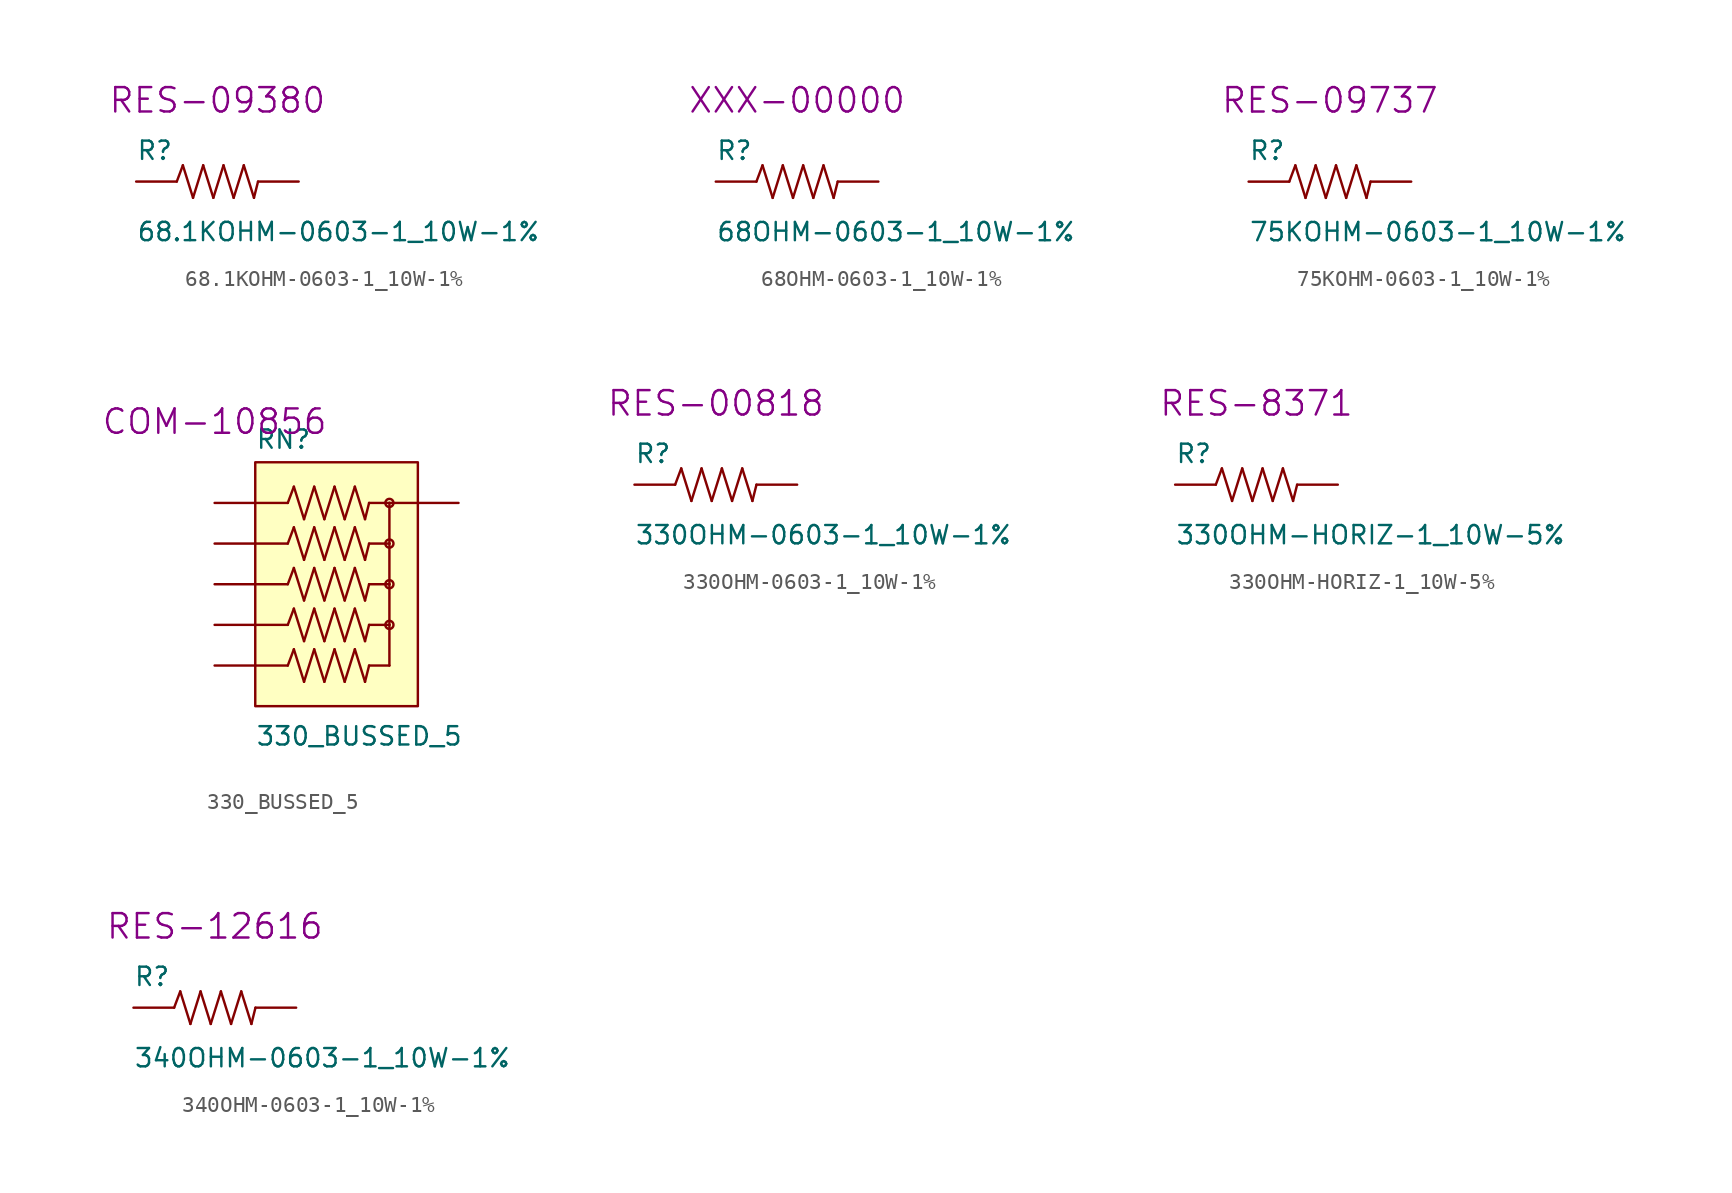
<source format=kicad_sym>
(kicad_symbol_lib
  (version 20220914)
  (generator kicad_symbol_editor)
  (symbol "68.1KOHM-0603-1_10W-1%"
    (pin_numbers hide)
    (pin_names
      (offset 1.016) hide)
    (property "Reference" "R"
      (at -5.08 1.27 0)
      (effects (font (size 1.143 1.143)) (justify left bottom)))
    (property "Value" "68.1KOHM-0603-1_10W-1%"
      (at -5.08 -3.81 0)
      (effects (font (size 1.143 1.143)) (justify left bottom)))
    (property "Field4" "RES-09380"
      (at 0 5.08 0)
      (effects (font (size 1.524 1.524))))
    (property "ki_locked" ""
      (at 0 0 0)
      (effects (font (size 1.27 1.27))))
    (symbol "68.1KOHM-0603-1_10W-1%_1_0"
      (polyline (pts (xy -2.54 0) (xy -2.159 1.016)) (stroke (width 0) (type solid)) (fill (type none)))
      (polyline (pts (xy -2.159 1.016) (xy -1.524 -1.016)) (stroke (width 0) (type solid)) (fill (type none)))
      (polyline (pts (xy -1.524 -1.016) (xy -0.889 1.016)) (stroke (width 0) (type solid)) (fill (type none)))
      (polyline (pts (xy -0.889 1.016) (xy -0.254 -1.016)) (stroke (width 0) (type solid)) (fill (type none)))
      (polyline (pts (xy -0.254 -1.016) (xy 0.381 1.016)) (stroke (width 0) (type solid)) (fill (type none)))
      (polyline (pts (xy 0.381 1.016) (xy 1.016 -1.016)) (stroke (width 0) (type solid)) (fill (type none)))
      (polyline (pts (xy 1.016 -1.016) (xy 1.651 1.016)) (stroke (width 0) (type solid)) (fill (type none)))
      (polyline (pts (xy 1.651 1.016) (xy 2.286 -1.016)) (stroke (width 0) (type solid)) (fill (type none)))
      (polyline (pts (xy 2.286 -1.016) (xy 2.54 0)) (stroke (width 0) (type solid)) (fill (type none))))
    (symbol "68.1KOHM-0603-1_10W-1%_1_1"
      (pin passive line (at -5.08 0 0) (length 2.54) (name "1" (effects (font (size 1.016 1.016)))) (number "1" (effects (font (size 1.016 1.016)))))
      (pin passive line (at 5.08 0 180) (length 2.54) (name "2" (effects (font (size 1.016 1.016)))) (number "2" (effects (font (size 1.016 1.016)))))))
  (symbol "68OHM-0603-1_10W-1%"
    (pin_numbers hide)
    (pin_names
      (offset 1.016) hide)
    (property "Reference" "R"
      (at -5.08 1.27 0)
      (effects (font (size 1.143 1.143)) (justify left bottom)))
    (property "Value" "68OHM-0603-1_10W-1%"
      (at -5.08 -3.81 0)
      (effects (font (size 1.143 1.143)) (justify left bottom)))
    (property "Field4" "XXX-00000"
      (at 0 5.08 0)
      (effects (font (size 1.524 1.524))))
    (property "ki_locked" ""
      (at 0 0 0)
      (effects (font (size 1.27 1.27))))
    (symbol "68OHM-0603-1_10W-1%_1_0"
      (polyline (pts (xy -2.54 0) (xy -2.159 1.016)) (stroke (width 0) (type solid)) (fill (type none)))
      (polyline (pts (xy -2.159 1.016) (xy -1.524 -1.016)) (stroke (width 0) (type solid)) (fill (type none)))
      (polyline (pts (xy -1.524 -1.016) (xy -0.889 1.016)) (stroke (width 0) (type solid)) (fill (type none)))
      (polyline (pts (xy -0.889 1.016) (xy -0.254 -1.016)) (stroke (width 0) (type solid)) (fill (type none)))
      (polyline (pts (xy -0.254 -1.016) (xy 0.381 1.016)) (stroke (width 0) (type solid)) (fill (type none)))
      (polyline (pts (xy 0.381 1.016) (xy 1.016 -1.016)) (stroke (width 0) (type solid)) (fill (type none)))
      (polyline (pts (xy 1.016 -1.016) (xy 1.651 1.016)) (stroke (width 0) (type solid)) (fill (type none)))
      (polyline (pts (xy 1.651 1.016) (xy 2.286 -1.016)) (stroke (width 0) (type solid)) (fill (type none)))
      (polyline (pts (xy 2.286 -1.016) (xy 2.54 0)) (stroke (width 0) (type solid)) (fill (type none))))
    (symbol "68OHM-0603-1_10W-1%_1_1"
      (pin passive line (at -5.08 0 0) (length 2.54) (name "1" (effects (font (size 1.016 1.016)))) (number "1" (effects (font (size 1.016 1.016)))))
      (pin passive line (at 5.08 0 180) (length 2.54) (name "2" (effects (font (size 1.016 1.016)))) (number "2" (effects (font (size 1.016 1.016)))))))
  (symbol "75KOHM-0603-1_10W-1%"
    (pin_numbers hide)
    (pin_names
      (offset 1.016) hide)
    (property "Reference" "R"
      (at -5.08 1.27 0)
      (effects (font (size 1.143 1.143)) (justify left bottom)))
    (property "Value" "75KOHM-0603-1_10W-1%"
      (at -5.08 -3.81 0)
      (effects (font (size 1.143 1.143)) (justify left bottom)))
    (property "Field4" "RES-09737"
      (at 0 5.08 0)
      (effects (font (size 1.524 1.524))))
    (property "ki_locked" ""
      (at 0 0 0)
      (effects (font (size 1.27 1.27))))
    (symbol "75KOHM-0603-1_10W-1%_1_0"
      (polyline (pts (xy -2.54 0) (xy -2.159 1.016)) (stroke (width 0) (type solid)) (fill (type none)))
      (polyline (pts (xy -2.159 1.016) (xy -1.524 -1.016)) (stroke (width 0) (type solid)) (fill (type none)))
      (polyline (pts (xy -1.524 -1.016) (xy -0.889 1.016)) (stroke (width 0) (type solid)) (fill (type none)))
      (polyline (pts (xy -0.889 1.016) (xy -0.254 -1.016)) (stroke (width 0) (type solid)) (fill (type none)))
      (polyline (pts (xy -0.254 -1.016) (xy 0.381 1.016)) (stroke (width 0) (type solid)) (fill (type none)))
      (polyline (pts (xy 0.381 1.016) (xy 1.016 -1.016)) (stroke (width 0) (type solid)) (fill (type none)))
      (polyline (pts (xy 1.016 -1.016) (xy 1.651 1.016)) (stroke (width 0) (type solid)) (fill (type none)))
      (polyline (pts (xy 1.651 1.016) (xy 2.286 -1.016)) (stroke (width 0) (type solid)) (fill (type none)))
      (polyline (pts (xy 2.286 -1.016) (xy 2.54 0)) (stroke (width 0) (type solid)) (fill (type none))))
    (symbol "75KOHM-0603-1_10W-1%_1_1"
      (pin passive line (at -5.08 0 0) (length 2.54) (name "1" (effects (font (size 1.016 1.016)))) (number "1" (effects (font (size 1.016 1.016)))))
      (pin passive line (at 5.08 0 180) (length 2.54) (name "2" (effects (font (size 1.016 1.016)))) (number "2" (effects (font (size 1.016 1.016)))))))
  (symbol "330_BUSSED_5"
    (pin_numbers hide)
    (pin_names
      (offset 1.016) hide)
    (property "Reference" "RN"
      (at 2.54 3.302 0)
      (effects (font (size 1.143 1.143)) (justify left bottom)))
    (property "Value" "330_BUSSED_5"
      (at 2.54 -15.24 0)
      (effects (font (size 1.143 1.143)) (justify left bottom)))
    (property "Field4" "COM-10856"
      (at 0 5.08 0)
      (effects (font (size 1.524 1.524))))
    (property "ki_locked" ""
      (at 0 0 0)
      (effects (font (size 1.27 1.27))))
    (symbol "330_BUSSED_5_1_0"
      (polyline (pts (xy 2.54 -10.16) (xy 4.572 -10.16)) (stroke (width 0) (type solid)) (fill (type none)))
      (polyline (pts (xy 2.54 -5.08) (xy 4.572 -5.08)) (stroke (width 0) (type solid)) (fill (type none)))
      (polyline (pts (xy 2.54 -2.54) (xy 4.572 -2.54)) (stroke (width 0) (type solid)) (fill (type none)))
      (polyline (pts (xy 2.54 0) (xy 4.572 0)) (stroke (width 0) (type solid)) (fill (type none)))
      (polyline (pts (xy 4.572 -10.16) (xy 4.953 -9.144)) (stroke (width 0) (type solid)) (fill (type none)))
      (polyline (pts (xy 4.572 -7.62) (xy 2.54 -7.62)) (stroke (width 0) (type solid)) (fill (type none)))
      (polyline (pts (xy 4.572 -7.62) (xy 4.953 -6.604)) (stroke (width 0) (type solid)) (fill (type none)))
      (polyline (pts (xy 4.572 -5.08) (xy 4.953 -4.064)) (stroke (width 0) (type solid)) (fill (type none)))
      (polyline (pts (xy 4.572 -2.54) (xy 4.953 -1.524)) (stroke (width 0) (type solid)) (fill (type none)))
      (polyline (pts (xy 4.572 0) (xy 4.953 1.016)) (stroke (width 0) (type solid)) (fill (type none)))
      (polyline (pts (xy 4.953 -9.144) (xy 5.588 -11.176)) (stroke (width 0) (type solid)) (fill (type none)))
      (polyline (pts (xy 4.953 -6.604) (xy 5.588 -8.636)) (stroke (width 0) (type solid)) (fill (type none)))
      (polyline (pts (xy 4.953 -4.064) (xy 5.588 -6.096)) (stroke (width 0) (type solid)) (fill (type none)))
      (polyline (pts (xy 4.953 -1.524) (xy 5.588 -3.556)) (stroke (width 0) (type solid)) (fill (type none)))
      (polyline (pts (xy 4.953 1.016) (xy 5.588 -1.016)) (stroke (width 0) (type solid)) (fill (type none)))
      (polyline (pts (xy 5.588 -11.176) (xy 6.223 -9.144)) (stroke (width 0) (type solid)) (fill (type none)))
      (polyline (pts (xy 5.588 -8.636) (xy 6.223 -6.604)) (stroke (width 0) (type solid)) (fill (type none)))
      (polyline (pts (xy 5.588 -6.096) (xy 6.223 -4.064)) (stroke (width 0) (type solid)) (fill (type none)))
      (polyline (pts (xy 5.588 -3.556) (xy 6.223 -1.524)) (stroke (width 0) (type solid)) (fill (type none)))
      (polyline (pts (xy 5.588 -1.016) (xy 6.223 1.016)) (stroke (width 0) (type solid)) (fill (type none)))
      (polyline (pts (xy 6.223 -9.144) (xy 6.858 -11.176)) (stroke (width 0) (type solid)) (fill (type none)))
      (polyline (pts (xy 6.223 -6.604) (xy 6.858 -8.636)) (stroke (width 0) (type solid)) (fill (type none)))
      (polyline (pts (xy 6.223 -4.064) (xy 6.858 -6.096)) (stroke (width 0) (type solid)) (fill (type none)))
      (polyline (pts (xy 6.223 -1.524) (xy 6.858 -3.556)) (stroke (width 0) (type solid)) (fill (type none)))
      (polyline (pts (xy 6.223 1.016) (xy 6.858 -1.016)) (stroke (width 0) (type solid)) (fill (type none)))
      (polyline (pts (xy 6.858 -11.176) (xy 7.493 -9.144)) (stroke (width 0) (type solid)) (fill (type none)))
      (polyline (pts (xy 6.858 -8.636) (xy 7.493 -6.604)) (stroke (width 0) (type solid)) (fill (type none)))
      (polyline (pts (xy 6.858 -6.096) (xy 7.493 -4.064)) (stroke (width 0) (type solid)) (fill (type none)))
      (polyline (pts (xy 6.858 -3.556) (xy 7.493 -1.524)) (stroke (width 0) (type solid)) (fill (type none)))
      (polyline (pts (xy 6.858 -1.016) (xy 7.493 1.016)) (stroke (width 0) (type solid)) (fill (type none)))
      (polyline (pts (xy 7.493 -9.144) (xy 8.128 -11.176)) (stroke (width 0) (type solid)) (fill (type none)))
      (polyline (pts (xy 7.493 -6.604) (xy 8.128 -8.636)) (stroke (width 0) (type solid)) (fill (type none)))
      (polyline (pts (xy 7.493 -4.064) (xy 8.128 -6.096)) (stroke (width 0) (type solid)) (fill (type none)))
      (polyline (pts (xy 7.493 -1.524) (xy 8.128 -3.556)) (stroke (width 0) (type solid)) (fill (type none)))
      (polyline (pts (xy 7.493 1.016) (xy 8.128 -1.016)) (stroke (width 0) (type solid)) (fill (type none)))
      (polyline (pts (xy 8.128 -11.176) (xy 8.763 -9.144)) (stroke (width 0) (type solid)) (fill (type none)))
      (polyline (pts (xy 8.128 -8.636) (xy 8.763 -6.604)) (stroke (width 0) (type solid)) (fill (type none)))
      (polyline (pts (xy 8.128 -6.096) (xy 8.763 -4.064)) (stroke (width 0) (type solid)) (fill (type none)))
      (polyline (pts (xy 8.128 -3.556) (xy 8.763 -1.524)) (stroke (width 0) (type solid)) (fill (type none)))
      (polyline (pts (xy 8.128 -1.016) (xy 8.763 1.016)) (stroke (width 0) (type solid)) (fill (type none)))
      (polyline (pts (xy 8.763 -9.144) (xy 9.398 -11.176)) (stroke (width 0) (type solid)) (fill (type none)))
      (polyline (pts (xy 8.763 -6.604) (xy 9.398 -8.636)) (stroke (width 0) (type solid)) (fill (type none)))
      (polyline (pts (xy 8.763 -4.064) (xy 9.398 -6.096)) (stroke (width 0) (type solid)) (fill (type none)))
      (polyline (pts (xy 8.763 -1.524) (xy 9.398 -3.556)) (stroke (width 0) (type solid)) (fill (type none)))
      (polyline (pts (xy 8.763 1.016) (xy 9.398 -1.016)) (stroke (width 0) (type solid)) (fill (type none)))
      (polyline (pts (xy 9.398 -11.176) (xy 9.652 -10.16)) (stroke (width 0) (type solid)) (fill (type none)))
      (polyline (pts (xy 9.398 -8.636) (xy 9.652 -7.62)) (stroke (width 0) (type solid)) (fill (type none)))
      (polyline (pts (xy 9.398 -6.096) (xy 9.652 -5.08)) (stroke (width 0) (type solid)) (fill (type none)))
      (polyline (pts (xy 9.398 -3.556) (xy 9.652 -2.54)) (stroke (width 0) (type solid)) (fill (type none)))
      (polyline (pts (xy 9.398 -1.016) (xy 9.652 0)) (stroke (width 0) (type solid)) (fill (type none)))
      (polyline (pts (xy 9.652 -10.16) (xy 10.922 -10.16)) (stroke (width 0) (type solid)) (fill (type none)))
      (polyline (pts (xy 9.652 0) (xy 10.922 0)) (stroke (width 0) (type solid)) (fill (type none)))
      (polyline (pts (xy 10.922 -10.16) (xy 10.922 -7.62)) (stroke (width 0) (type solid)) (fill (type none)))
      (polyline (pts (xy 10.922 -7.62) (xy 9.652 -7.62)) (stroke (width 0) (type solid)) (fill (type none)))
      (polyline (pts (xy 10.922 -7.62) (xy 10.922 -5.08)) (stroke (width 0) (type solid)) (fill (type none)))
      (polyline (pts (xy 10.922 -5.08) (xy 9.652 -5.08)) (stroke (width 0) (type solid)) (fill (type none)))
      (polyline (pts (xy 10.922 -5.08) (xy 10.922 -2.54)) (stroke (width 0) (type solid)) (fill (type none)))
      (polyline (pts (xy 10.922 -2.54) (xy 9.652 -2.54)) (stroke (width 0) (type solid)) (fill (type none)))
      (polyline (pts (xy 10.922 0) (xy 10.922 -2.54)) (stroke (width 0) (type solid)) (fill (type none)))
      (polyline (pts (xy 10.922 0) (xy 12.7 0)) (stroke (width 0) (type solid)) (fill (type none))))
    (symbol "330_BUSSED_5_1_1"
      (polyline (pts (xy 2.54 2.54) (xy 12.7 2.54) (xy 12.7 0) (xy 12.7 -12.7) (xy 2.54 -12.7) (xy 2.54 2.54)) (stroke (width 0) (type solid)) (fill (type background)))
      (circle (center 10.922 -7.62) (radius 0.254) (stroke (width 0) (type solid)) (fill (type none)))
      (circle (center 10.922 -5.08) (radius 0.254) (stroke (width 0) (type solid)) (fill (type none)))
      (circle (center 10.922 -2.54) (radius 0.254) (stroke (width 0) (type solid)) (fill (type none)))
      (circle (center 10.922 0) (radius 0.254) (stroke (width 0) (type solid)) (fill (type none)))
      (pin passive line (at 15.24 0 180) (length 2.54) (name "1" (effects (font (size 1.016 1.016)))) (number "P$1" (effects (font (size 1.016 1.016)))))
      (pin passive line (at 0 0 0) (length 2.54) (name "2" (effects (font (size 1.016 1.016)))) (number "P$2" (effects (font (size 1.016 1.016)))))
      (pin passive line (at 0 -2.54 0) (length 2.54) (name "3" (effects (font (size 1.016 1.016)))) (number "P$3" (effects (font (size 1.016 1.016)))))
      (pin passive line (at 0 -5.08 0) (length 2.54) (name "4" (effects (font (size 1.016 1.016)))) (number "P$4" (effects (font (size 1.016 1.016)))))
      (pin passive line (at 0 -7.62 0) (length 2.54) (name "5" (effects (font (size 1.016 1.016)))) (number "P$5" (effects (font (size 1.016 1.016)))))
      (pin passive line (at 0 -10.16 0) (length 2.54) (name "6" (effects (font (size 1.016 1.016)))) (number "P$6" (effects (font (size 1.016 1.016)))))))
  (symbol "330OHM-0603-1_10W-1%"
    (pin_numbers hide)
    (pin_names
      (offset 1.016) hide)
    (property "Reference" "R"
      (at -5.08 1.27 0)
      (effects (font (size 1.143 1.143)) (justify left bottom)))
    (property "Value" "330OHM-0603-1_10W-1%"
      (at -5.08 -3.81 0)
      (effects (font (size 1.143 1.143)) (justify left bottom)))
    (property "Field4" "RES-00818"
      (at 0 5.08 0)
      (effects (font (size 1.524 1.524))))
    (property "ki_locked" ""
      (at 0 0 0)
      (effects (font (size 1.27 1.27))))
    (symbol "330OHM-0603-1_10W-1%_1_0"
      (polyline (pts (xy -2.54 0) (xy -2.159 1.016)) (stroke (width 0) (type solid)) (fill (type none)))
      (polyline (pts (xy -2.159 1.016) (xy -1.524 -1.016)) (stroke (width 0) (type solid)) (fill (type none)))
      (polyline (pts (xy -1.524 -1.016) (xy -0.889 1.016)) (stroke (width 0) (type solid)) (fill (type none)))
      (polyline (pts (xy -0.889 1.016) (xy -0.254 -1.016)) (stroke (width 0) (type solid)) (fill (type none)))
      (polyline (pts (xy -0.254 -1.016) (xy 0.381 1.016)) (stroke (width 0) (type solid)) (fill (type none)))
      (polyline (pts (xy 0.381 1.016) (xy 1.016 -1.016)) (stroke (width 0) (type solid)) (fill (type none)))
      (polyline (pts (xy 1.016 -1.016) (xy 1.651 1.016)) (stroke (width 0) (type solid)) (fill (type none)))
      (polyline (pts (xy 1.651 1.016) (xy 2.286 -1.016)) (stroke (width 0) (type solid)) (fill (type none)))
      (polyline (pts (xy 2.286 -1.016) (xy 2.54 0)) (stroke (width 0) (type solid)) (fill (type none))))
    (symbol "330OHM-0603-1_10W-1%_1_1"
      (pin passive line (at -5.08 0 0) (length 2.54) (name "1" (effects (font (size 1.016 1.016)))) (number "1" (effects (font (size 1.016 1.016)))))
      (pin passive line (at 5.08 0 180) (length 2.54) (name "2" (effects (font (size 1.016 1.016)))) (number "2" (effects (font (size 1.016 1.016)))))))
  (symbol "330OHM-HORIZ-1_10W-5%"
    (pin_numbers hide)
    (pin_names
      (offset 1.016) hide)
    (property "Reference" "R"
      (at -5.08 1.27 0)
      (effects (font (size 1.143 1.143)) (justify left bottom)))
    (property "Value" "330OHM-HORIZ-1_10W-5%"
      (at -5.08 -3.81 0)
      (effects (font (size 1.143 1.143)) (justify left bottom)))
    (property "Field4" "RES-8371"
      (at 0 5.08 0)
      (effects (font (size 1.524 1.524))))
    (property "ki_locked" ""
      (at 0 0 0)
      (effects (font (size 1.27 1.27))))
    (symbol "330OHM-HORIZ-1_10W-5%_1_0"
      (polyline (pts (xy -2.54 0) (xy -2.159 1.016)) (stroke (width 0) (type solid)) (fill (type none)))
      (polyline (pts (xy -2.159 1.016) (xy -1.524 -1.016)) (stroke (width 0) (type solid)) (fill (type none)))
      (polyline (pts (xy -1.524 -1.016) (xy -0.889 1.016)) (stroke (width 0) (type solid)) (fill (type none)))
      (polyline (pts (xy -0.889 1.016) (xy -0.254 -1.016)) (stroke (width 0) (type solid)) (fill (type none)))
      (polyline (pts (xy -0.254 -1.016) (xy 0.381 1.016)) (stroke (width 0) (type solid)) (fill (type none)))
      (polyline (pts (xy 0.381 1.016) (xy 1.016 -1.016)) (stroke (width 0) (type solid)) (fill (type none)))
      (polyline (pts (xy 1.016 -1.016) (xy 1.651 1.016)) (stroke (width 0) (type solid)) (fill (type none)))
      (polyline (pts (xy 1.651 1.016) (xy 2.286 -1.016)) (stroke (width 0) (type solid)) (fill (type none)))
      (polyline (pts (xy 2.286 -1.016) (xy 2.54 0)) (stroke (width 0) (type solid)) (fill (type none))))
    (symbol "330OHM-HORIZ-1_10W-5%_1_1"
      (pin passive line (at -5.08 0 0) (length 2.54) (name "1" (effects (font (size 1.016 1.016)))) (number "P$1" (effects (font (size 1.016 1.016)))))
      (pin passive line (at 5.08 0 180) (length 2.54) (name "2" (effects (font (size 1.016 1.016)))) (number "P$2" (effects (font (size 1.016 1.016)))))))
  (symbol "340OHM-0603-1_10W-1%"
    (pin_numbers hide)
    (pin_names
      (offset 1.016) hide)
    (property "Reference" "R"
      (at -5.08 1.27 0)
      (effects (font (size 1.143 1.143)) (justify left bottom)))
    (property "Value" "340OHM-0603-1_10W-1%"
      (at -5.08 -3.81 0)
      (effects (font (size 1.143 1.143)) (justify left bottom)))
    (property "Field4" "RES-12616"
      (at 0 5.08 0)
      (effects (font (size 1.524 1.524))))
    (property "ki_locked" ""
      (at 0 0 0)
      (effects (font (size 1.27 1.27))))
    (symbol "340OHM-0603-1_10W-1%_1_0"
      (polyline (pts (xy -2.54 0) (xy -2.159 1.016)) (stroke (width 0) (type solid)) (fill (type none)))
      (polyline (pts (xy -2.159 1.016) (xy -1.524 -1.016)) (stroke (width 0) (type solid)) (fill (type none)))
      (polyline (pts (xy -1.524 -1.016) (xy -0.889 1.016)) (stroke (width 0) (type solid)) (fill (type none)))
      (polyline (pts (xy -0.889 1.016) (xy -0.254 -1.016)) (stroke (width 0) (type solid)) (fill (type none)))
      (polyline (pts (xy -0.254 -1.016) (xy 0.381 1.016)) (stroke (width 0) (type solid)) (fill (type none)))
      (polyline (pts (xy 0.381 1.016) (xy 1.016 -1.016)) (stroke (width 0) (type solid)) (fill (type none)))
      (polyline (pts (xy 1.016 -1.016) (xy 1.651 1.016)) (stroke (width 0) (type solid)) (fill (type none)))
      (polyline (pts (xy 1.651 1.016) (xy 2.286 -1.016)) (stroke (width 0) (type solid)) (fill (type none)))
      (polyline (pts (xy 2.286 -1.016) (xy 2.54 0)) (stroke (width 0) (type solid)) (fill (type none))))
    (symbol "340OHM-0603-1_10W-1%_1_1"
      (pin passive line (at -5.08 0 0) (length 2.54) (name "1" (effects (font (size 1.016 1.016)))) (number "1" (effects (font (size 1.016 1.016)))))
      (pin passive line (at 5.08 0 180) (length 2.54) (name "2" (effects (font (size 1.016 1.016)))) (number "2" (effects (font (size 1.016 1.016))))))))
</source>
